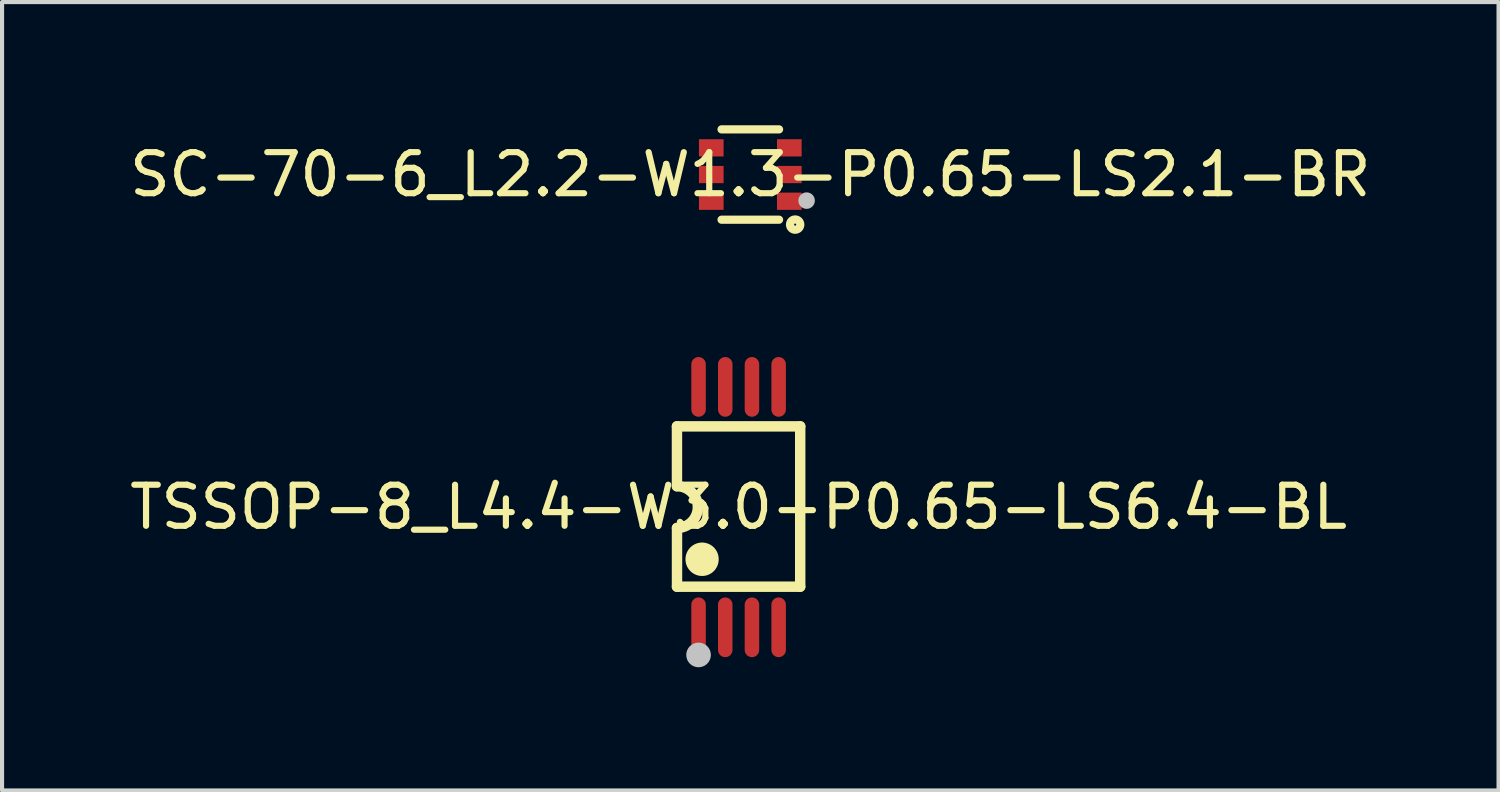
<source format=kicad_pcb>
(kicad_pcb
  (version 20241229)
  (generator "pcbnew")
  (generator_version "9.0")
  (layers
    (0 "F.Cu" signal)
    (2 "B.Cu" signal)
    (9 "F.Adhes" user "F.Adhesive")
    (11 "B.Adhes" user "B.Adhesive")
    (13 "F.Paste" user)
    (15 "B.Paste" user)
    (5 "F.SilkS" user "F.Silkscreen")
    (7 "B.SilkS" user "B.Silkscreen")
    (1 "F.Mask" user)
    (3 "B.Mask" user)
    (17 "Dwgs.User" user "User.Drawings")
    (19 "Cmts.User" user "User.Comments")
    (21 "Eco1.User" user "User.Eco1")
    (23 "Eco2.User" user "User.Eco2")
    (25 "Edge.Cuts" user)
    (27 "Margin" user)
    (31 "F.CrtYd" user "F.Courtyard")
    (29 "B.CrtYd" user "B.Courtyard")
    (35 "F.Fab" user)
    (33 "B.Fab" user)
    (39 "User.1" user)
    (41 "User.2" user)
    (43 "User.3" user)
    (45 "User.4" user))
  (footprint "SC-70-6_L2.2-W1.3-P0.65-LS2.1-BR"
    (layer "F.Cu")
    (at 15.22 1.2)
    (property "Reference" "SC-70-6_L2.2-W1.3-P0.65-LS2.1-BR" (at 0 0 0) (layer "F.SilkS") (effects (font (size 1 1) (thickness 0.15))))
    (fp_line (start -0.7 -1.1) (end 0.7 -1.1) (stroke (width 0.2) (type default)) (layer "F.SilkS"))
    (fp_line (start -0.7 1.1) (end 0.7 1.1) (stroke (width 0.2) (type default)) (layer "F.SilkS"))
    (fp_arc (start 1.0935 1.094) (mid 1.09175 1.344009) (end 1.091 1.094) (stroke (width 0.2) (type default)) (layer "F.SilkS"))
    (fp_circle (center 1.371 0.635) (end 1.472 0.635) (stroke (width 0.2) (type default)) (fill no) (layer "Dwgs.User"))
    (fp_poly (pts (xy -0.751 -0.775) (xy -0.751 -0.525) (xy -1.051 -0.525) (xy -1.051 -0.775)) (stroke (width 0.1) (type default)) (fill no) (layer "User.1"))
    (fp_poly (pts (xy -0.751 -0.125) (xy -0.751 0.125) (xy -1.051 0.125) (xy -1.051 -0.125)) (stroke (width 0.1) (type default)) (fill no) (layer "User.1"))
    (fp_poly (pts (xy -0.751 0.525) (xy -0.751 0.775) (xy -1.051 0.775) (xy -1.051 0.525)) (stroke (width 0.1) (type default)) (fill no) (layer "User.1"))
    (fp_poly (pts (xy -0.616 -0.775) (xy -0.616 -0.525) (xy -0.761 -0.525) (xy -0.761 -0.775)) (stroke (width 0.1) (type default)) (fill no) (layer "User.1"))
    (fp_poly (pts (xy -0.616 -0.125) (xy -0.616 0.125) (xy -0.761 0.125) (xy -0.761 -0.125)) (stroke (width 0.1) (type default)) (fill no) (layer "User.1"))
    (fp_poly (pts (xy -0.616 0.525) (xy -0.616 0.775) (xy -0.761 0.775) (xy -0.761 0.525)) (stroke (width 0.1) (type default)) (fill no) (layer "User.1"))
    (fp_poly (pts (xy 0.619 -0.525) (xy 0.619 -0.775) (xy 0.763 -0.775) (xy 0.763 -0.525)) (stroke (width 0.1) (type default)) (fill no) (layer "User.1"))
    (fp_poly (pts (xy 0.619 0.125) (xy 0.619 -0.125) (xy 0.763 -0.125) (xy 0.763 0.125)) (stroke (width 0.1) (type default)) (fill no) (layer "User.1"))
    (fp_poly (pts (xy 0.619 0.775) (xy 0.619 0.525) (xy 0.763 0.525) (xy 0.763 0.775)) (stroke (width 0.1) (type default)) (fill no) (layer "User.1"))
    (fp_poly (pts (xy 0.753 -0.525) (xy 0.753 -0.775) (xy 1.054 -0.775) (xy 1.054 -0.525)) (stroke (width 0.1) (type default)) (fill no) (layer "User.1"))
    (fp_poly (pts (xy 0.753 0.125) (xy 0.753 -0.125) (xy 1.054 -0.125) (xy 1.054 0.125)) (stroke (width 0.1) (type default)) (fill no) (layer "User.1"))
    (fp_poly (pts (xy 0.753 0.775) (xy 0.753 0.525) (xy 1.054 0.525) (xy 1.054 0.775)) (stroke (width 0.1) (type default)) (fill no) (layer "User.1"))
    (fp_line (start -0.65 -1.1) (end 0.65 -1.1) (stroke (width 0.051) (type default)) (layer "User.2"))
    (fp_line (start -0.65 1.1) (end -0.65 -1.1) (stroke (width 0.051) (type default)) (layer "User.2"))
    (fp_line (start 0.65 -1.1) (end 0.65 1.1) (stroke (width 0.051) (type default)) (layer "User.2"))
    (fp_line (start 0.65 1.1) (end -0.65 1.1) (stroke (width 0.051) (type default)) (layer "User.2"))
    (fp_poly (pts (xy 1.109 1.077) (xy 1.076 1.045) (xy 1.031 1.045) (xy 0.998 1.077) (xy 0.998 1.123) (xy 1.031 1.155) (xy 1.076 1.155) (xy 1.109 1.123)) (stroke (width 0.1) (type default)) (fill no) (layer "User.3"))
    (pad "1" smd rect (at 0.95 0.65 90) (size 0.42 0.6) (layers "F.Cu" "F.Mask" "F.Paste"))
    (pad "2" smd rect (at 0.95 0 90) (size 0.42 0.6) (layers "F.Cu" "F.Mask" "F.Paste"))
    (pad "3" smd rect (at 0.95 -0.65 90) (size 0.42 0.6) (layers "F.Cu" "F.Mask" "F.Paste"))
    (pad "4" smd rect (at -0.95 -0.65 270) (size 0.42 0.6) (layers "F.Cu" "F.Mask" "F.Paste"))
    (pad "5" smd rect (at -0.95 0 270) (size 0.42 0.6) (layers "F.Cu" "F.Mask" "F.Paste"))
    (pad "6" smd rect (at -0.95 0.65 270) (size 0.42 0.6) (layers "F.Cu" "F.Mask" "F.Paste")))
  (footprint "TSSOP-8_L4.4-W3.0-P0.65-LS6.4-BL"
    (layer "F.Cu")
    (at 14.935 9.298)
    (property "Reference" "TSSOP-8_L4.4-W3.0-P0.65-LS6.4-BL" (at 0 0 0) (layer "F.SilkS") (effects (font (size 1 1) (thickness 0.15))))
    (fp_line (start -1.501 -0.508) (end -1.501 -1.966) (stroke (width 0.254) (type default)) (layer "F.SilkS"))
    (fp_line (start -1.5 -1.966) (end 1.5 -1.966) (stroke (width 0.254) (type default)) (layer "F.SilkS"))
    (fp_line (start -1.5 0.508) (end -1.5 1.938) (stroke (width 0.254) (type default)) (layer "F.SilkS"))
    (fp_line (start -1.5 1.938) (end 1.5 1.938) (stroke (width 0.254) (type default)) (layer "F.SilkS"))
    (fp_line (start 1.5 -1.966) (end 1.5 1.938) (stroke (width 0.254) (type default)) (layer "F.SilkS"))
    (fp_arc (start -1.501 -0.508) (mid -0.9925 -0.0005) (end -1.5 0.508) (stroke (width 0.254) (type default)) (layer "F.SilkS"))
    (fp_poly (pts (arc (start -1.293 1.27) (mid -0.889 0.862989) (end -0.485 1.27)) (arc (start -0.485 1.27) (mid -0.889 1.677011) (end -1.293 1.27))) (stroke (width 0) (type default)) (fill yes) (layer "F.SilkS"))
    (fp_circle (center -0.975 3.6) (end -0.825 3.6) (stroke (width 0.3) (type default)) (fill no) (layer "Dwgs.User"))
    (fp_poly (pts (xy -1.085 -3.2) (xy -1.085 -2.7) (xy -0.865 -2.7) (xy -0.865 -3.2)) (stroke (width 0.1) (type default)) (fill no) (layer "User.1"))
    (fp_poly (pts (xy -1.085 -2.71) (xy -1.085 -2.19) (xy -0.865 -2.19) (xy -0.865 -2.71)) (stroke (width 0.1) (type default)) (fill no) (layer "User.1"))
    (fp_poly (pts (xy -1.085 2.71) (xy -1.085 2.19) (xy -0.865 2.19) (xy -0.865 2.71)) (stroke (width 0.1) (type default)) (fill no) (layer "User.1"))
    (fp_poly (pts (xy -1.085 3.2) (xy -1.085 2.7) (xy -0.865 2.7) (xy -0.865 3.2)) (stroke (width 0.1) (type default)) (fill no) (layer "User.1"))
    (fp_poly (pts (xy -0.435 -3.2) (xy -0.435 -2.7) (xy -0.215 -2.7) (xy -0.215 -3.2)) (stroke (width 0.1) (type default)) (fill no) (layer "User.1"))
    (fp_poly (pts (xy -0.435 -2.71) (xy -0.435 -2.19) (xy -0.215 -2.19) (xy -0.215 -2.71)) (stroke (width 0.1) (type default)) (fill no) (layer "User.1"))
    (fp_poly (pts (xy -0.435 2.71) (xy -0.435 2.19) (xy -0.215 2.19) (xy -0.215 2.71)) (stroke (width 0.1) (type default)) (fill no) (layer "User.1"))
    (fp_poly (pts (xy -0.435 3.2) (xy -0.435 2.7) (xy -0.215 2.7) (xy -0.215 3.2)) (stroke (width 0.1) (type default)) (fill no) (layer "User.1"))
    (fp_poly (pts (xy 0.215 -3.2) (xy 0.215 -2.7) (xy 0.435 -2.7) (xy 0.435 -3.2)) (stroke (width 0.1) (type default)) (fill no) (layer "User.1"))
    (fp_poly (pts (xy 0.215 -2.71) (xy 0.215 -2.19) (xy 0.435 -2.19) (xy 0.435 -2.71)) (stroke (width 0.1) (type default)) (fill no) (layer "User.1"))
    (fp_poly (pts (xy 0.215 2.71) (xy 0.215 2.19) (xy 0.435 2.19) (xy 0.435 2.71)) (stroke (width 0.1) (type default)) (fill no) (layer "User.1"))
    (fp_poly (pts (xy 0.215 3.2) (xy 0.215 2.7) (xy 0.435 2.7) (xy 0.435 3.2)) (stroke (width 0.1) (type default)) (fill no) (layer "User.1"))
    (fp_poly (pts (xy 0.865 -3.2) (xy 0.865 -2.7) (xy 1.085 -2.7) (xy 1.085 -3.2)) (stroke (width 0.1) (type default)) (fill no) (layer "User.1"))
    (fp_poly (pts (xy 0.865 -2.71) (xy 0.865 -2.19) (xy 1.085 -2.19) (xy 1.085 -2.71)) (stroke (width 0.1) (type default)) (fill no) (layer "User.1"))
    (fp_poly (pts (xy 0.865 2.71) (xy 0.865 2.19) (xy 1.085 2.19) (xy 1.085 2.71)) (stroke (width 0.1) (type default)) (fill no) (layer "User.1"))
    (fp_poly (pts (xy 0.865 3.2) (xy 0.865 2.7) (xy 1.085 2.7) (xy 1.085 3.2)) (stroke (width 0.1) (type default)) (fill no) (layer "User.1"))
    (fp_line (start -1.5 -2.2) (end 1.5 -2.2) (stroke (width 0.051) (type default)) (layer "User.2"))
    (fp_line (start -1.5 2.2) (end -1.5 -2.2) (stroke (width 0.051) (type default)) (layer "User.2"))
    (fp_line (start 1.5 -2.2) (end 1.5 2.2) (stroke (width 0.051) (type default)) (layer "User.2"))
    (fp_line (start 1.5 2.2) (end -1.5 2.2) (stroke (width 0.051) (type default)) (layer "User.2"))
    (fp_poly (pts (xy -0.834 1.247) (xy -0.866 1.215) (xy -0.912 1.215) (xy -0.944 1.247) (xy -0.944 1.293) (xy -0.912 1.325) (xy -0.866 1.325) (xy -0.834 1.293)) (stroke (width 0.1) (type default)) (fill no) (layer "User.3"))
    (pad "1" smd oval (at -0.975 2.927) (size 0.353 1.454) (layers "F.Cu" "F.Mask" "F.Paste"))
    (pad "2" smd oval (at -0.325 2.927) (size 0.353 1.454) (layers "F.Cu" "F.Mask" "F.Paste"))
    (pad "3" smd oval (at 0.325 2.927) (size 0.353 1.454) (layers "F.Cu" "F.Mask" "F.Paste"))
    (pad "4" smd oval (at 0.975 2.927) (size 0.353 1.454) (layers "F.Cu" "F.Mask" "F.Paste"))
    (pad "5" smd oval (at 0.975 -2.927) (size 0.353 1.454) (layers "F.Cu" "F.Mask" "F.Paste"))
    (pad "6" smd oval (at 0.325 -2.927) (size 0.353 1.454) (layers "F.Cu" "F.Mask" "F.Paste"))
    (pad "7" smd oval (at -0.325 -2.927) (size 0.353 1.454) (layers "F.Cu" "F.Mask" "F.Paste"))
    (pad "8" smd oval (at -0.975 -2.927) (size 0.353 1.454) (layers "F.Cu" "F.Mask" "F.Paste")))
  (gr_rect
    (start -3 -3)
    (end 33.44 16.198)
    (stroke (width 0.1) (type default))
    (fill no)
    (layer "Edge.Cuts")))
</source>
